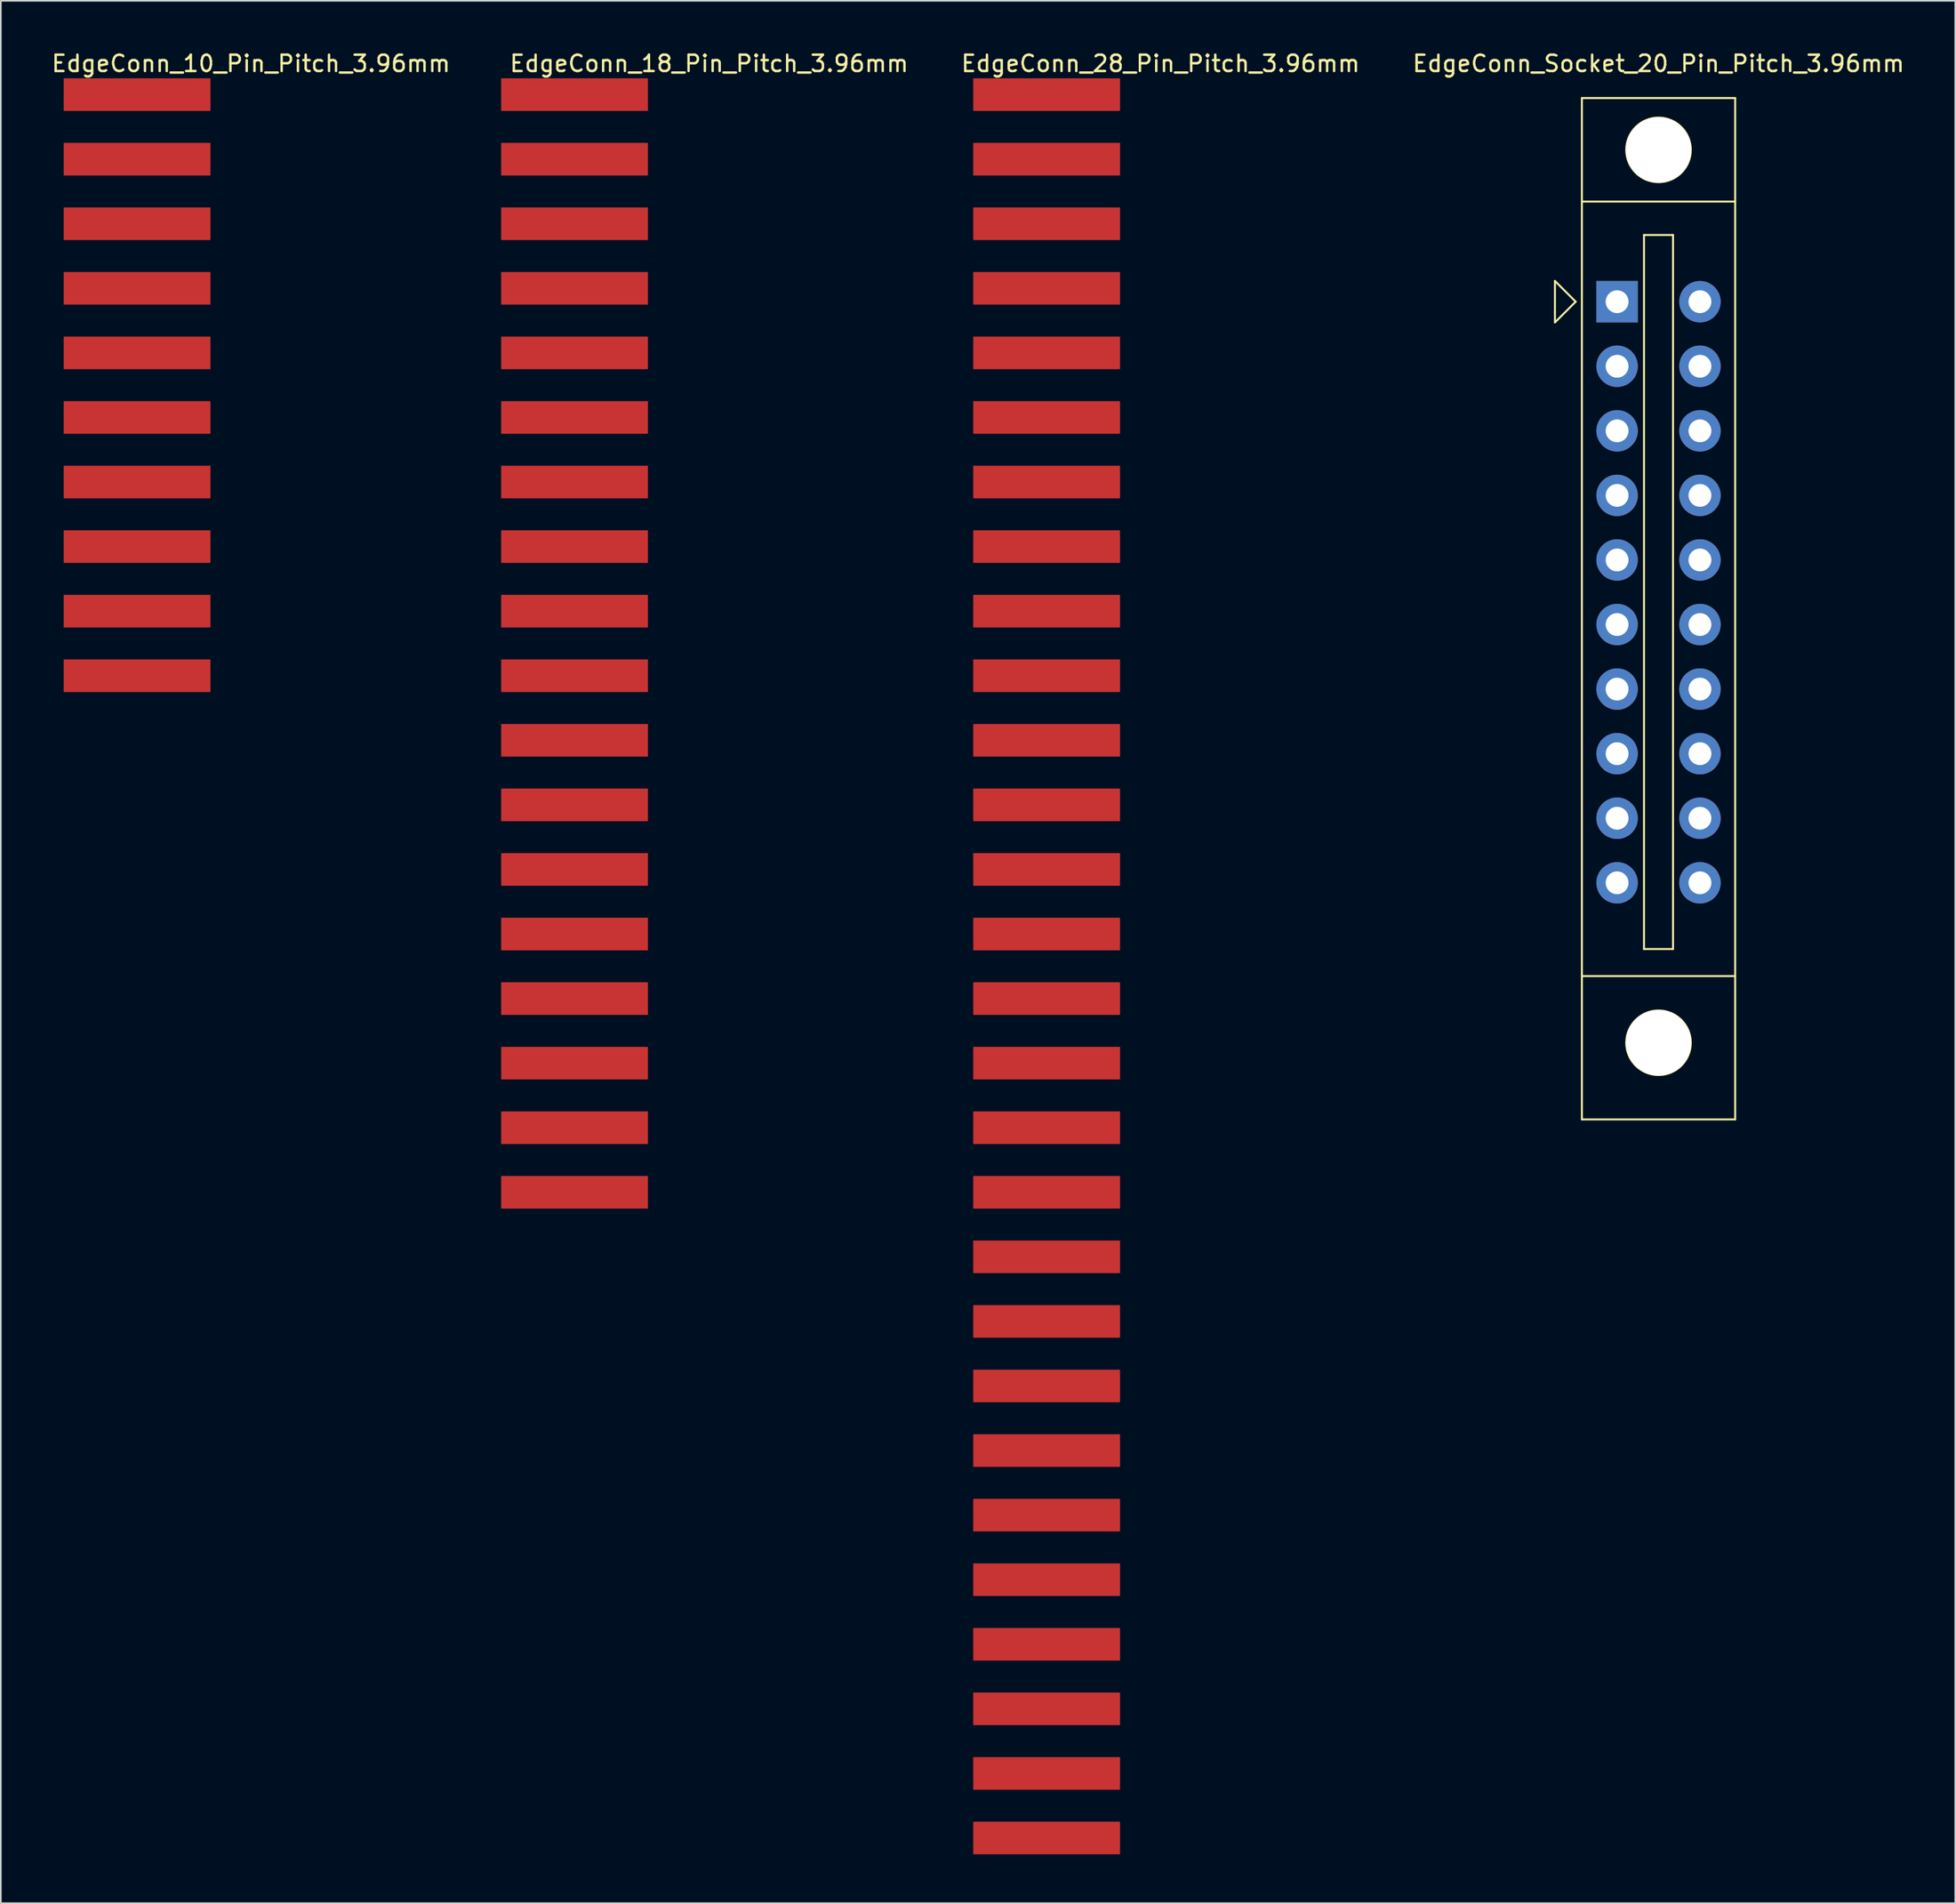
<source format=kicad_pcb>
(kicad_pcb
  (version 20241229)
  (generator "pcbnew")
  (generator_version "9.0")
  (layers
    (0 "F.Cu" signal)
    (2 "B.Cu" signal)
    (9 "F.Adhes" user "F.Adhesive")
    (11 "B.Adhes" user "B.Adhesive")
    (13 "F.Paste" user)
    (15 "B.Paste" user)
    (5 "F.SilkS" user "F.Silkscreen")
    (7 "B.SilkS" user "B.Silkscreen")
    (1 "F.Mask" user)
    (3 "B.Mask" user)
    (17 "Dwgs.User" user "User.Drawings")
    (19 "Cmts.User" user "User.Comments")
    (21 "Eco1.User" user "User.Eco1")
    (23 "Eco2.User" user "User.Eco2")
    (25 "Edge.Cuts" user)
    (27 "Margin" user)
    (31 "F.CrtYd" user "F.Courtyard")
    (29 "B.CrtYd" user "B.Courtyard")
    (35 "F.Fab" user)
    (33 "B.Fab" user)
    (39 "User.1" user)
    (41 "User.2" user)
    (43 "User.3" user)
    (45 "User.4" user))
  (footprint "EdgeConn_18_Pin_Pitch_3.96mm"
    (layer "F.Cu")
    (at 32.179 2.753)
    (property "Reference" "EdgeConn_18_Pin_Pitch_3.96mm" (at 8.255 -1.905 0) (layer "F.SilkS") (effects (font (size 1 1) (thickness 0.15))))
    (attr smd)
    (pad "1" connect rect (at 0 0) (size 9 2) (layers "F.Cu" "F.Mask"))
    (pad "2" connect rect (at 0 3.96) (size 9 2) (layers "F.Cu" "F.Mask"))
    (pad "3" connect rect (at 0 7.92) (size 9 2) (layers "F.Cu" "F.Mask"))
    (pad "4" connect rect (at 0 11.88) (size 9 2) (layers "F.Cu" "F.Mask"))
    (pad "5" connect rect (at 0 15.84) (size 9 2) (layers "F.Cu" "F.Mask"))
    (pad "6" connect rect (at 0 19.8) (size 9 2) (layers "F.Cu" "F.Mask"))
    (pad "7" connect rect (at 0 23.76) (size 9 2) (layers "F.Cu" "F.Mask"))
    (pad "8" connect rect (at 0 27.72) (size 9 2) (layers "F.Cu" "F.Mask"))
    (pad "9" connect rect (at 0 31.68) (size 9 2) (layers "F.Cu" "F.Mask"))
    (pad "10" connect rect (at 0 35.64) (size 9 2) (layers "F.Cu" "F.Mask"))
    (pad "11" connect rect (at 0 39.6) (size 9 2) (layers "F.Cu" "F.Mask"))
    (pad "12" connect rect (at 0 43.56) (size 9 2) (layers "F.Cu" "F.Mask"))
    (pad "13" connect rect (at 0 47.52) (size 9 2) (layers "F.Cu" "F.Mask"))
    (pad "14" connect rect (at 0 51.48) (size 9 2) (layers "F.Cu" "F.Mask"))
    (pad "15" connect rect (at 0 55.44) (size 9 2) (layers "F.Cu" "F.Mask"))
    (pad "16" connect rect (at 0 59.4) (size 9 2) (layers "F.Cu" "F.Mask"))
    (pad "17" connect rect (at 0 63.36) (size 9 2) (layers "F.Cu" "F.Mask"))
    (pad "18" connect rect (at 0 67.32) (size 9 2) (layers "F.Cu" "F.Mask")))
  (footprint "EdgeConn_28_Pin_Pitch_3.96mm"
    (layer "F.Cu")
    (at 61.127 2.753)
    (property "Reference" "EdgeConn_28_Pin_Pitch_3.96mm" (at 6.985 -1.905 0) (layer "F.SilkS") (effects (font (size 1 1) (thickness 0.15))))
    (attr smd)
    (pad "1" connect rect (at 0 0) (size 9 2) (layers "F.Cu" "F.Mask"))
    (pad "2" connect rect (at 0 3.96) (size 9 2) (layers "F.Cu" "F.Mask"))
    (pad "3" connect rect (at 0 7.92) (size 9 2) (layers "F.Cu" "F.Mask"))
    (pad "4" connect rect (at 0 11.88) (size 9 2) (layers "F.Cu" "F.Mask"))
    (pad "5" connect rect (at 0 15.84) (size 9 2) (layers "F.Cu" "F.Mask"))
    (pad "6" connect rect (at 0 19.8) (size 9 2) (layers "F.Cu" "F.Mask"))
    (pad "7" connect rect (at 0 23.76) (size 9 2) (layers "F.Cu" "F.Mask"))
    (pad "8" connect rect (at 0 27.72) (size 9 2) (layers "F.Cu" "F.Mask"))
    (pad "9" connect rect (at 0 31.68) (size 9 2) (layers "F.Cu" "F.Mask"))
    (pad "10" connect rect (at 0 35.64) (size 9 2) (layers "F.Cu" "F.Mask"))
    (pad "11" connect rect (at 0 39.6) (size 9 2) (layers "F.Cu" "F.Mask"))
    (pad "12" connect rect (at 0 43.56) (size 9 2) (layers "F.Cu" "F.Mask"))
    (pad "13" connect rect (at 0 47.52) (size 9 2) (layers "F.Cu" "F.Mask"))
    (pad "14" connect rect (at 0 51.48) (size 9 2) (layers "F.Cu" "F.Mask"))
    (pad "15" connect rect (at 0 55.44) (size 9 2) (layers "F.Cu" "F.Mask"))
    (pad "16" connect rect (at 0 59.4) (size 9 2) (layers "F.Cu" "F.Mask"))
    (pad "17" connect rect (at 0 63.36) (size 9 2) (layers "F.Cu" "F.Mask"))
    (pad "18" connect rect (at 0 67.32) (size 9 2) (layers "F.Cu" "F.Mask"))
    (pad "19" connect rect (at 0 71.28) (size 9 2) (layers "F.Cu" "F.Mask"))
    (pad "20" connect rect (at 0 75.24) (size 9 2) (layers "F.Cu" "F.Mask"))
    (pad "21" connect rect (at 0 79.2) (size 9 2) (layers "F.Cu" "F.Mask"))
    (pad "22" connect rect (at 0 83.16) (size 9 2) (layers "F.Cu" "F.Mask"))
    (pad "23" connect rect (at 0 87.12) (size 9 2) (layers "F.Cu" "F.Mask"))
    (pad "24" connect rect (at 0 91.08) (size 9 2) (layers "F.Cu" "F.Mask"))
    (pad "25" connect rect (at 0 95.04) (size 9 2) (layers "F.Cu" "F.Mask"))
    (pad "26" connect rect (at 0 99) (size 9 2) (layers "F.Cu" "F.Mask"))
    (pad "27" connect rect (at 0 102.96) (size 9 2) (layers "F.Cu" "F.Mask"))
    (pad "28" connect rect (at 0 106.92) (size 9 2) (layers "F.Cu" "F.Mask")))
  (footprint "EdgeConn_10_Pin_Pitch_3.96mm"
    (layer "F.Cu")
    (at 5.354 2.753)
    (property "Reference" "EdgeConn_10_Pin_Pitch_3.96mm" (at 6.985 -1.905 0) (layer "F.SilkS") (effects (font (size 1 1) (thickness 0.15))))
    (attr smd)
    (pad "1" connect rect (at 0 0) (size 9 2) (layers "F.Cu" "F.Mask"))
    (pad "2" connect rect (at 0 3.96) (size 9 2) (layers "F.Cu" "F.Mask"))
    (pad "3" connect rect (at 0 7.92) (size 9 2) (layers "F.Cu" "F.Mask"))
    (pad "4" connect rect (at 0 11.88) (size 9 2) (layers "F.Cu" "F.Mask"))
    (pad "5" connect rect (at 0 15.84) (size 9 2) (layers "F.Cu" "F.Mask"))
    (pad "6" connect rect (at 0 19.8) (size 9 2) (layers "F.Cu" "F.Mask"))
    (pad "7" connect rect (at 0 23.76) (size 9 2) (layers "F.Cu" "F.Mask"))
    (pad "8" connect rect (at 0 27.72) (size 9 2) (layers "F.Cu" "F.Mask"))
    (pad "9" connect rect (at 0 31.68) (size 9 2) (layers "F.Cu" "F.Mask"))
    (pad "10" connect rect (at 0 35.64) (size 9 2) (layers "F.Cu" "F.Mask")))
  (footprint "EdgeConn_Socket_20_Pin_Pitch_3.96mm"
    (layer "F.Cu")
    (at 98.648 15.453)
    (property "Reference" "EdgeConn_Socket_20_Pin_Pitch_3.96mm" (at 0 -14.605 0) (layer "F.SilkS") (effects (font (size 1 1) (thickness 0.15))))
    (attr through_hole)
    (fp_line (start -6.35 -1.27) (end -6.35 0.635) (stroke (width 0.12) (type solid)) (layer "F.SilkS"))
    (fp_line (start -6.35 0.635) (end -6.35 1.27) (stroke (width 0.12) (type solid)) (layer "F.SilkS"))
    (fp_line (start -6.35 1.27) (end -5.08 0) (stroke (width 0.12) (type solid)) (layer "F.SilkS"))
    (fp_line (start -5.08 0) (end -6.35 -1.27) (stroke (width 0.12) (type solid)) (layer "F.SilkS"))
    (fp_line (start -4.7 -12.49) (end -4.7 50.15) (stroke (width 0.12) (type solid)) (layer "F.SilkS"))
    (fp_line (start -4.7 -12.49) (end 4.7 -12.49) (stroke (width 0.12) (type solid)) (layer "F.SilkS"))
    (fp_line (start -4.7 -6.14) (end 4.7 -6.14) (stroke (width 0.12) (type solid)) (layer "F.SilkS"))
    (fp_line (start -4.7 41.36) (end 4.7 41.36) (stroke (width 0.12) (type solid)) (layer "F.SilkS"))
    (fp_line (start -4.7 50.15) (end 4.7 50.15) (stroke (width 0.12) (type solid)) (layer "F.SilkS"))
    (fp_line (start -0.89 -4.09) (end -0.89 39.7) (stroke (width 0.12) (type solid)) (layer "F.SilkS"))
    (fp_line (start -0.89 -4.09) (end 0.89 -4.09) (stroke (width 0.12) (type solid)) (layer "F.SilkS"))
    (fp_line (start -0.89 39.7) (end 0.89 39.7) (stroke (width 0.12) (type solid)) (layer "F.SilkS"))
    (fp_line (start 0.89 -4.09) (end 0.89 39.7) (stroke (width 0.12) (type solid)) (layer "F.SilkS"))
    (fp_line (start 4.7 -12.49) (end 4.7 50.15) (stroke (width 0.12) (type solid)) (layer "F.SilkS"))
    (fp_circle (center 0 -9.31) (end 1.98 -9.31) (stroke (width 0.12) (type solid)) (fill no) (layer "F.SilkS"))
    (fp_circle (center 0 45.45) (end 1.98 45.45) (stroke (width 0.12) (type solid)) (fill no) (layer "F.SilkS"))
    (pad "" np_thru_hole circle (at 0 -9.31) (size 4 4) (drill 4) (layers "*.Cu" "*.Mask"))
    (pad "" np_thru_hole circle (at 0 45.45) (size 4 4) (drill 4) (layers "*.Cu" "*.Mask"))
    (pad "1" thru_hole rect (at -2.54 0) (size 2.54 2.54) (drill 1.4) (layers "*.Cu" "*.Mask"))
    (pad "2" thru_hole circle (at -2.54 3.96) (size 2.54 2.54) (drill 1.4) (layers "*.Cu" "*.Mask"))
    (pad "3" thru_hole circle (at -2.54 7.92) (size 2.54 2.54) (drill 1.4) (layers "*.Cu" "*.Mask"))
    (pad "4" thru_hole circle (at -2.54 11.88) (size 2.54 2.54) (drill 1.4) (layers "*.Cu" "*.Mask"))
    (pad "5" thru_hole circle (at -2.54 15.84) (size 2.54 2.54) (drill 1.4) (layers "*.Cu" "*.Mask"))
    (pad "6" thru_hole circle (at -2.54 19.8) (size 2.54 2.54) (drill 1.4) (layers "*.Cu" "*.Mask"))
    (pad "7" thru_hole circle (at -2.54 23.76) (size 2.54 2.54) (drill 1.4) (layers "*.Cu" "*.Mask"))
    (pad "8" thru_hole circle (at -2.54 27.72) (size 2.54 2.54) (drill 1.4) (layers "*.Cu" "*.Mask"))
    (pad "9" thru_hole circle (at -2.54 31.68) (size 2.54 2.54) (drill 1.4) (layers "*.Cu" "*.Mask"))
    (pad "10" thru_hole circle (at -2.54 35.64) (size 2.54 2.54) (drill 1.4) (layers "*.Cu" "*.Mask"))
    (pad "11" thru_hole circle (at 2.54 0) (size 2.54 2.54) (drill 1.4) (layers "*.Cu" "*.Mask"))
    (pad "12" thru_hole circle (at 2.54 3.96) (size 2.54 2.54) (drill 1.4) (layers "*.Cu" "*.Mask"))
    (pad "13" thru_hole circle (at 2.54 7.92) (size 2.54 2.54) (drill 1.4) (layers "*.Cu" "*.Mask"))
    (pad "14" thru_hole circle (at 2.54 11.88) (size 2.54 2.54) (drill 1.4) (layers "*.Cu" "*.Mask"))
    (pad "15" thru_hole circle (at 2.54 15.84) (size 2.54 2.54) (drill 1.4) (layers "*.Cu" "*.Mask"))
    (pad "16" thru_hole circle (at 2.54 19.8) (size 2.54 2.54) (drill 1.4) (layers "*.Cu" "*.Mask"))
    (pad "17" thru_hole circle (at 2.54 23.76) (size 2.54 2.54) (drill 1.4) (layers "*.Cu" "*.Mask"))
    (pad "18" thru_hole circle (at 2.54 27.72) (size 2.54 2.54) (drill 1.4) (layers "*.Cu" "*.Mask"))
    (pad "19" thru_hole circle (at 2.54 31.68) (size 2.54 2.54) (drill 1.4) (layers "*.Cu" "*.Mask"))
    (pad "20" thru_hole circle (at 2.54 35.64) (size 2.54 2.54) (drill 1.4) (layers "*.Cu" "*.Mask")))
  (gr_rect
    (start -3 -3)
    (end 116.844 113.673)
    (stroke (width 0.1) (type default))
    (fill no)
    (layer "Edge.Cuts")))
</source>
